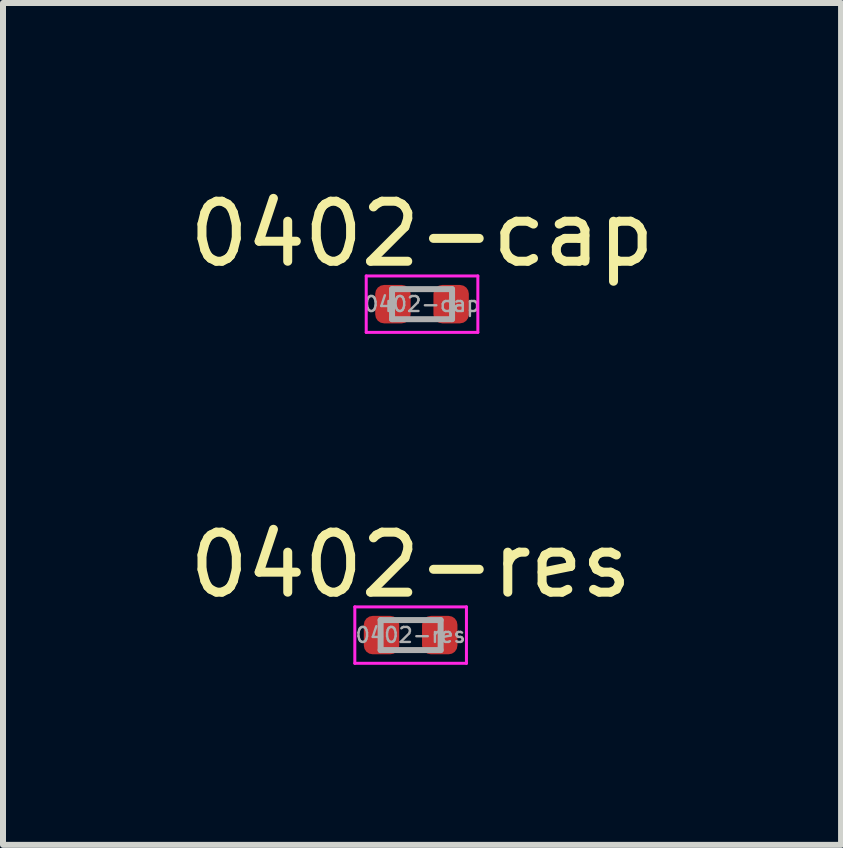
<source format=kicad_pcb>
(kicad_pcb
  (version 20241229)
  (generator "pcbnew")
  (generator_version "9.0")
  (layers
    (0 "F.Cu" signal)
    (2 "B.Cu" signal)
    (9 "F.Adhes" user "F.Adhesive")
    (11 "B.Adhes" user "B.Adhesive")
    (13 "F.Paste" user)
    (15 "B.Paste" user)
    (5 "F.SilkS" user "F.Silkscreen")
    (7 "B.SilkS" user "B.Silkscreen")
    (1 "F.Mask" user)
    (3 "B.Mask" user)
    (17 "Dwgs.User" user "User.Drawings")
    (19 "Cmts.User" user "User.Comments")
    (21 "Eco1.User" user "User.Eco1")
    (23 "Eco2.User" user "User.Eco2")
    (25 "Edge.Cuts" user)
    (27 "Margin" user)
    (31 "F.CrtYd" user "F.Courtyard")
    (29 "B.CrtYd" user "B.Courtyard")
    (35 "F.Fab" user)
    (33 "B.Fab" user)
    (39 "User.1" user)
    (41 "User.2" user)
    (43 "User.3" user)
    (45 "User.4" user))
  (footprint "0402-cap"
    (layer "F.Cu")
    (at 3.982 2.018)
    (property "Reference" "0402-cap" (at 0 -1.17 0) (layer "F.SilkS") (effects (font (size 1 1) (thickness 0.15))))
    (attr smd)
    (fp_line (start -0.93 -0.47) (end 0.93 -0.47) (stroke (width 0.05) (type solid)) (layer "F.CrtYd"))
    (fp_line (start -0.93 0.47) (end -0.93 -0.47) (stroke (width 0.05) (type solid)) (layer "F.CrtYd"))
    (fp_line (start 0.93 -0.47) (end 0.93 0.47) (stroke (width 0.05) (type solid)) (layer "F.CrtYd"))
    (fp_line (start 0.93 0.47) (end -0.93 0.47) (stroke (width 0.05) (type solid)) (layer "F.CrtYd"))
    (fp_line (start -0.5 -0.25) (end 0.5 -0.25) (stroke (width 0.1) (type solid)) (layer "F.Fab"))
    (fp_line (start -0.5 0.25) (end -0.5 -0.25) (stroke (width 0.1) (type solid)) (layer "F.Fab"))
    (fp_line (start 0.5 -0.25) (end 0.5 0.25) (stroke (width 0.1) (type solid)) (layer "F.Fab"))
    (fp_line (start 0.5 0.25) (end -0.5 0.25) (stroke (width 0.1) (type solid)) (layer "F.Fab"))
    (fp_text user "${REFERENCE}" (at 0 0 0) (layer "F.Fab") (effects (font (size 0.25 0.25) (thickness 0.04))))
    (pad "1" smd roundrect (at -0.485 0) (size 0.59 0.64) (layers "F.Cu" "F.Mask" "F.Paste") (roundrect_rratio 0.25))
    (pad "2" smd roundrect (at 0.485 0) (size 0.59 0.64) (layers "F.Cu" "F.Mask" "F.Paste") (roundrect_rratio 0.25)))
  (footprint "0402-res"
    (layer "F.Cu")
    (at 3.792 7.532)
    (property "Reference" "0402-res" (at 0 -1.17 0) (layer "F.SilkS") (effects (font (size 1 1) (thickness 0.15))))
    (attr smd)
    (fp_line (start -0.93 -0.47) (end 0.93 -0.47) (stroke (width 0.05) (type solid)) (layer "F.CrtYd"))
    (fp_line (start -0.93 0.47) (end -0.93 -0.47) (stroke (width 0.05) (type solid)) (layer "F.CrtYd"))
    (fp_line (start 0.93 -0.47) (end 0.93 0.47) (stroke (width 0.05) (type solid)) (layer "F.CrtYd"))
    (fp_line (start 0.93 0.47) (end -0.93 0.47) (stroke (width 0.05) (type solid)) (layer "F.CrtYd"))
    (fp_line (start -0.5 -0.25) (end 0.5 -0.25) (stroke (width 0.1) (type solid)) (layer "F.Fab"))
    (fp_line (start -0.5 0.25) (end -0.5 -0.25) (stroke (width 0.1) (type solid)) (layer "F.Fab"))
    (fp_line (start 0.5 -0.25) (end 0.5 0.25) (stroke (width 0.1) (type solid)) (layer "F.Fab"))
    (fp_line (start 0.5 0.25) (end -0.5 0.25) (stroke (width 0.1) (type solid)) (layer "F.Fab"))
    (fp_text user "${REFERENCE}" (at 0 0 0) (layer "F.Fab") (effects (font (size 0.25 0.25) (thickness 0.04))))
    (pad "1" smd roundrect (at -0.485 0) (size 0.59 0.64) (layers "F.Cu" "F.Mask" "F.Paste") (roundrect_rratio 0.25))
    (pad "2" smd roundrect (at 0.485 0) (size 0.59 0.64) (layers "F.Cu" "F.Mask" "F.Paste") (roundrect_rratio 0.25)))
  (gr_rect
    (start -3 -3)
    (end 10.964 11.027)
    (stroke (width 0.1) (type default))
    (fill no)
    (layer "Edge.Cuts")))
</source>
